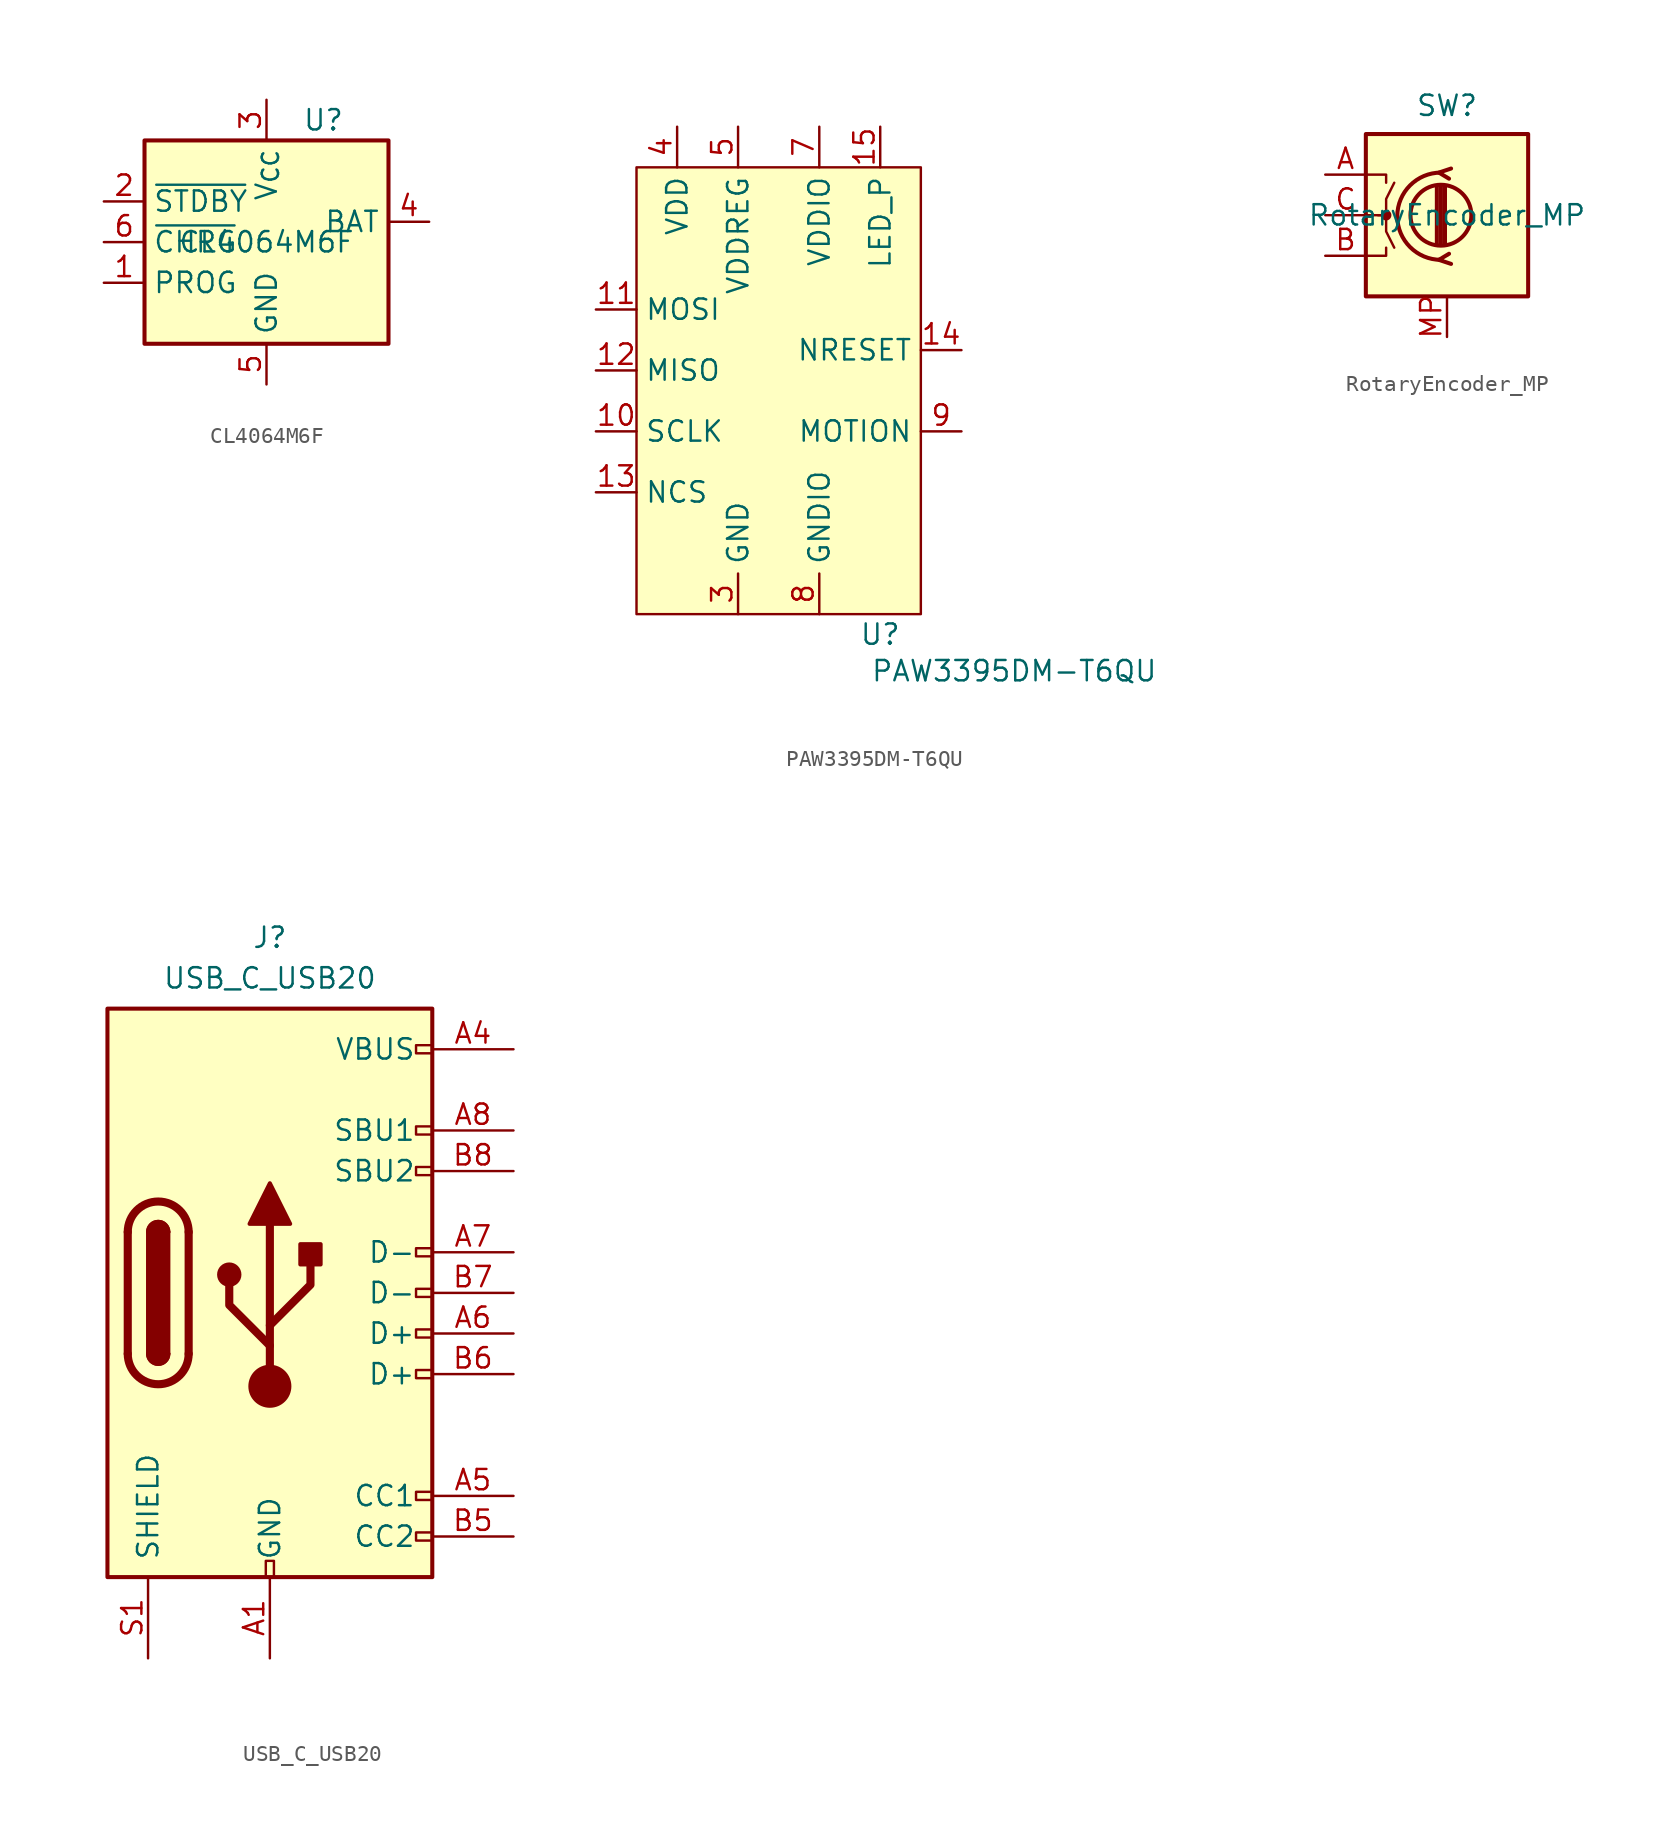
<source format=kicad_sym>
(kicad_symbol_lib
  (version 20241209)
  (generator "kicad_symbol_editor")
  (generator_version "9.0")
  (symbol "CL4064M6F"
    (property "Reference" "U"
      (at 3.556 7.62 0)
      (effects (font (size 1.27 1.27))))
    (property "Value" "CL4064M6F"
      (at 0 0 0)
      (effects (font (size 1.27 1.27))))
    (symbol "CL4064M6F_0_1"
      (rectangle (start -7.62 6.35) (end 7.62 -6.35) (stroke (width 0.254) (type default)) (fill (type background))))
    (symbol "CL4064M6F_1_1"
      (pin open_collector line (at -10.16 2.54 0) (length 2.54) (name "~{STDBY}" (effects (font (size 1.27 1.27)))) (number "2" (effects (font (size 1.27 1.27)))))
      (pin open_collector line (at -10.16 0 0) (length 2.54) (name "~{CHRG}" (effects (font (size 1.27 1.27)))) (number "6" (effects (font (size 1.27 1.27)))))
      (pin bidirectional line (at -10.16 -2.54 0) (length 2.54) (name "PROG" (effects (font (size 1.27 1.27)))) (number "1" (effects (font (size 1.27 1.27)))))
      (pin power_in line (at 0 8.89 270) (length 2.54) (name "V_{CC}" (effects (font (size 1.27 1.27)))) (number "3" (effects (font (size 1.27 1.27)))))
      (pin power_in line (at 0 -8.89 90) (length 2.54) (name "GND" (effects (font (size 1.27 1.27)))) (number "5" (effects (font (size 1.27 1.27)))))
      (pin power_in line (at 0 -8.89 90) (length 2.54) (hide yes) (name "GND" (effects (font (size 1.27 1.27)))) (number "7" (effects (font (size 1.27 1.27)))))
      (pin power_out line (at 10.16 1.27 180) (length 2.54) (name "BAT" (effects (font (size 1.27 1.27)))) (number "4" (effects (font (size 1.27 1.27)))))))
  (symbol "PAW3395DM-T6QU"
    (property "Reference" "U"
      (at 6.35 -15.24 0)
      (do_not_autoplace)
      (effects (font (size 1.27 1.27))))
    (property "Value" "PAW3395DM-T6QU"
      (at 14.732 -17.526 0)
      (do_not_autoplace)
      (effects (font (size 1.27 1.27))))
    (symbol "PAW3395DM-T6QU_0_1"
      (rectangle (start -8.89 13.97) (end 8.89 -13.97) (stroke (width 0) (type default)) (fill (type background))))
    (symbol "PAW3395DM-T6QU_1_1"
      (pin input line (at -11.43 5.08 0) (length 2.54) (name "MOSI" (effects (font (size 1.27 1.27)))) (number "11" (effects (font (size 1.27 1.27)))))
      (pin output line (at -11.43 1.27 0) (length 2.54) (name "MISO" (effects (font (size 1.27 1.27)))) (number "12" (effects (font (size 1.27 1.27)))))
      (pin input line (at -11.43 -2.54 0) (length 2.54) (name "SCLK" (effects (font (size 1.27 1.27)))) (number "10" (effects (font (size 1.27 1.27)))))
      (pin input line (at -11.43 -6.35 0) (length 2.54) (name "NCS" (effects (font (size 1.27 1.27)))) (number "13" (effects (font (size 1.27 1.27)))))
      (pin no_connect line (at -8.89 -8.89 0) (length 2.54) (hide yes) (name "NC" (effects (font (size 1.27 1.27)))) (number "1" (effects (font (size 1.27 1.27)))))
      (pin no_connect line (at -8.89 -10.16 0) (length 2.54) (hide yes) (name "NC" (effects (font (size 1.27 1.27)))) (number "2" (effects (font (size 1.27 1.27)))))
      (pin no_connect line (at -8.89 -11.43 0) (length 2.54) (hide yes) (name "NC" (effects (font (size 1.27 1.27)))) (number "6" (effects (font (size 1.27 1.27)))))
      (pin no_connect line (at -8.89 -12.7 0) (length 2.54) (hide yes) (name "NC" (effects (font (size 1.27 1.27)))) (number "16" (effects (font (size 1.27 1.27)))))
      (pin power_in line (at -6.35 16.51 270) (length 2.54) (name "VDD" (effects (font (size 1.27 1.27)))) (number "4" (effects (font (size 1.27 1.27)))))
      (pin power_out line (at -2.54 16.51 270) (length 2.54) (name "VDDREG" (effects (font (size 1.27 1.27)))) (number "5" (effects (font (size 1.27 1.27)))))
      (pin power_in line (at -2.54 -13.97 90) (length 2.54) (name "GND" (effects (font (size 1.27 1.27)))) (number "3" (effects (font (size 1.27 1.27)))))
      (pin power_in line (at 2.54 16.51 270) (length 2.54) (name "VDDIO" (effects (font (size 1.27 1.27)))) (number "7" (effects (font (size 1.27 1.27)))))
      (pin power_in line (at 2.54 -13.97 90) (length 2.54) (name "GNDIO" (effects (font (size 1.27 1.27)))) (number "8" (effects (font (size 1.27 1.27)))))
      (pin power_in line (at 6.35 16.51 270) (length 2.54) (name "LED_P" (effects (font (size 1.27 1.27)))) (number "15" (effects (font (size 1.27 1.27)))))
      (pin input line (at 11.43 2.54 180) (length 2.54) (name "NRESET" (effects (font (size 1.27 1.27)))) (number "14" (effects (font (size 1.27 1.27)))))
      (pin output line (at 11.43 -2.54 180) (length 2.54) (name "MOTION" (effects (font (size 1.27 1.27)))) (number "9" (effects (font (size 1.27 1.27)))))))
  (symbol "RotaryEncoder_MP"
    (property "Reference" "SW"
      (at 0 6.858 0)
      (effects (font (size 1.27 1.27))))
    (property "Value" "RotaryEncoder_MP"
      (at 0 0 0)
      (effects (font (size 1.27 1.27))))
    (symbol "RotaryEncoder_MP_0_1"
      (rectangle (start -5.08 5.08) (end 5.08 -5.08) (stroke (width 0.254) (type default)) (fill (type background)))
      (polyline (pts (xy -5.08 2.54) (xy -3.81 2.54) (xy -3.81 2.032)) (stroke (width 0) (type default)) (fill (type none)))
      (polyline (pts (xy -5.08 0) (xy -3.81 0) (xy -3.81 -1.016) (xy -3.302 -2.032)) (stroke (width 0) (type default)) (fill (type none)))
      (polyline (pts (xy -5.08 -2.54) (xy -3.81 -2.54) (xy -3.81 -2.032)) (stroke (width 0) (type default)) (fill (type none)))
      (polyline (pts (xy -4.318 0) (xy -3.81 0) (xy -3.81 1.016) (xy -3.302 2.032)) (stroke (width 0) (type default)) (fill (type none)))
      (circle (center -3.81 0) (radius 0.254) (stroke (width 0) (type default)) (fill (type outline)))
      (polyline (pts (xy -0.635 -1.778) (xy -0.635 1.778)) (stroke (width 0.254) (type default)) (fill (type none)))
      (circle (center -0.381 0) (radius 1.905) (stroke (width 0.254) (type default)) (fill (type none)))
      (polyline (pts (xy -0.381 -1.778) (xy -0.381 1.778)) (stroke (width 0.254) (type default)) (fill (type none)))
      (arc (start -0.381 -2.794) (mid -3.0988 -0.0635) (end -0.381 2.667) (stroke (width 0.254) (type default)) (fill (type none)))
      (polyline (pts (xy -0.127 1.778) (xy -0.127 -1.778)) (stroke (width 0.254) (type default)) (fill (type none)))
      (polyline (pts (xy 0.254 2.921) (xy -0.508 2.667) (xy 0.127 2.286)) (stroke (width 0.254) (type default)) (fill (type none)))
      (polyline (pts (xy 0.254 -3.048) (xy -0.508 -2.794) (xy 0.127 -2.413)) (stroke (width 0.254) (type default)) (fill (type none))))
    (symbol "RotaryEncoder_MP_1_1"
      (pin passive line (at -7.62 2.54 0) (length 2.54) (name "" (effects (font (size 1.27 1.27)))) (number "A" (effects (font (size 1.27 1.27)))))
      (pin passive line (at -7.62 0 0) (length 2.54) (name "" (effects (font (size 1.27 1.27)))) (number "C" (effects (font (size 1.27 1.27)))))
      (pin passive line (at -7.62 -2.54 0) (length 2.54) (name "" (effects (font (size 1.27 1.27)))) (number "B" (effects (font (size 1.27 1.27)))))
      (pin power_in line (at 0 -7.62 90) (length 2.54) (name "" (effects (font (size 1.27 1.27)))) (number "MP" (effects (font (size 1.27 1.27)))))
      (pin power_in line (at 0 -7.62 90) (length 2.54) (hide yes) (name "" (effects (font (size 1.27 1.27)))) (number "MP" (effects (font (size 1.27 1.27)))))))
  (symbol "USB_C_USB20"
    (pin_names
      (offset 1.016))
    (property "Reference" "J"
      (at 0 22.225 0)
      (effects (font (size 1.27 1.27))))
    (property "Value" "USB_C_USB20"
      (at 0 19.685 0)
      (effects (font (size 1.27 1.27))))
    (symbol "USB_C_USB20_0_0"
      (rectangle (start -0.254 -17.78) (end 0.254 -16.764) (stroke (width 0) (type default)) (fill (type none)))
      (rectangle (start 10.16 15.494) (end 9.144 14.986) (stroke (width 0) (type default)) (fill (type none)))
      (rectangle (start 10.16 10.414) (end 9.144 9.906) (stroke (width 0) (type default)) (fill (type none)))
      (rectangle (start 10.16 7.874) (end 9.144 7.366) (stroke (width 0) (type default)) (fill (type none)))
      (rectangle (start 10.16 2.794) (end 9.144 2.286) (stroke (width 0) (type default)) (fill (type none)))
      (rectangle (start 10.16 0.254) (end 9.144 -0.254) (stroke (width 0) (type default)) (fill (type none)))
      (rectangle (start 10.16 -2.286) (end 9.144 -2.794) (stroke (width 0) (type default)) (fill (type none)))
      (rectangle (start 10.16 -4.826) (end 9.144 -5.334) (stroke (width 0) (type default)) (fill (type none)))
      (rectangle (start 10.16 -12.446) (end 9.144 -12.954) (stroke (width 0) (type default)) (fill (type none)))
      (rectangle (start 10.16 -14.986) (end 9.144 -15.494) (stroke (width 0) (type default)) (fill (type none))))
    (symbol "USB_C_USB20_0_1"
      (rectangle (start -10.16 17.78) (end 10.16 -17.78) (stroke (width 0.254) (type default)) (fill (type background)))
      (polyline (pts (xy -8.89 -3.81) (xy -8.89 3.81)) (stroke (width 0.508) (type default)) (fill (type none)))
      (rectangle (start -7.62 -3.81) (end -6.35 3.81) (stroke (width 0.254) (type default)) (fill (type outline)))
      (arc (start -7.62 3.81) (mid -6.985 4.4423) (end -6.35 3.81) (stroke (width 0.254) (type default)) (fill (type none)))
      (arc (start -7.62 3.81) (mid -6.985 4.4423) (end -6.35 3.81) (stroke (width 0.254) (type default)) (fill (type outline)))
      (arc (start -8.89 3.81) (mid -6.985 5.7067) (end -5.08 3.81) (stroke (width 0.508) (type default)) (fill (type none)))
      (arc (start -5.08 -3.81) (mid -6.985 -5.7067) (end -8.89 -3.81) (stroke (width 0.508) (type default)) (fill (type none)))
      (arc (start -6.35 -3.81) (mid -6.985 -4.4423) (end -7.62 -3.81) (stroke (width 0.254) (type default)) (fill (type none)))
      (arc (start -6.35 -3.81) (mid -6.985 -4.4423) (end -7.62 -3.81) (stroke (width 0.254) (type default)) (fill (type outline)))
      (polyline (pts (xy -5.08 3.81) (xy -5.08 -3.81)) (stroke (width 0.508) (type default)) (fill (type none)))
      (circle (center -2.54 1.143) (radius 0.635) (stroke (width 0.254) (type default)) (fill (type outline)))
      (polyline (pts (xy -1.27 4.318) (xy 0 6.858) (xy 1.27 4.318) (xy -1.27 4.318)) (stroke (width 0.254) (type default)) (fill (type outline)))
      (polyline (pts (xy 0 -2.032) (xy 2.54 0.508) (xy 2.54 1.778)) (stroke (width 0.508) (type default)) (fill (type none)))
      (polyline (pts (xy 0 -3.302) (xy -2.54 -0.762) (xy -2.54 0.508)) (stroke (width 0.508) (type default)) (fill (type none)))
      (polyline (pts (xy 0 -5.842) (xy 0 4.318)) (stroke (width 0.508) (type default)) (fill (type none)))
      (circle (center 0 -5.842) (radius 1.27) (stroke (width 0) (type default)) (fill (type outline)))
      (rectangle (start 1.905 1.778) (end 3.175 3.048) (stroke (width 0.254) (type default)) (fill (type outline))))
    (symbol "USB_C_USB20_1_1"
      (pin passive line (at -7.62 -22.86 90) (length 5.08) (name "SHIELD" (effects (font (size 1.27 1.27)))) (number "S1" (effects (font (size 1.27 1.27)))))
      (pin passive line (at 0 -22.86 90) (length 5.08) (name "GND" (effects (font (size 1.27 1.27)))) (number "A1" (effects (font (size 1.27 1.27)))))
      (pin passive line (at 0 -22.86 90) (length 5.08) (hide yes) (name "GND" (effects (font (size 1.27 1.27)))) (number "A12" (effects (font (size 1.27 1.27)))))
      (pin passive line (at 0 -22.86 90) (length 5.08) (hide yes) (name "GND" (effects (font (size 1.27 1.27)))) (number "B1" (effects (font (size 1.27 1.27)))))
      (pin passive line (at 0 -22.86 90) (length 5.08) (hide yes) (name "GND" (effects (font (size 1.27 1.27)))) (number "B12" (effects (font (size 1.27 1.27)))))
      (pin passive line (at 0 -22.86 90) (length 5.08) (hide yes) (name "GND" (effects (font (size 1.27 1.27)))) (number "GND" (effects (font (size 1.27 1.27)))))
      (pin passive line (at 15.24 15.24 180) (length 5.08) (name "VBUS" (effects (font (size 1.27 1.27)))) (number "A4" (effects (font (size 1.27 1.27)))))
      (pin passive line (at 15.24 15.24 180) (length 5.08) (hide yes) (name "VBUS" (effects (font (size 1.27 1.27)))) (number "A9" (effects (font (size 1.27 1.27)))))
      (pin passive line (at 15.24 15.24 180) (length 5.08) (hide yes) (name "VBUS" (effects (font (size 1.27 1.27)))) (number "B4" (effects (font (size 1.27 1.27)))))
      (pin passive line (at 15.24 15.24 180) (length 5.08) (hide yes) (name "VBUS" (effects (font (size 1.27 1.27)))) (number "B9" (effects (font (size 1.27 1.27)))))
      (pin bidirectional line (at 15.24 10.16 180) (length 5.08) (name "SBU1" (effects (font (size 1.27 1.27)))) (number "A8" (effects (font (size 1.27 1.27)))))
      (pin bidirectional line (at 15.24 7.62 180) (length 5.08) (name "SBU2" (effects (font (size 1.27 1.27)))) (number "B8" (effects (font (size 1.27 1.27)))))
      (pin bidirectional line (at 15.24 2.54 180) (length 5.08) (name "D-" (effects (font (size 1.27 1.27)))) (number "A7" (effects (font (size 1.27 1.27)))))
      (pin bidirectional line (at 15.24 0 180) (length 5.08) (name "D-" (effects (font (size 1.27 1.27)))) (number "B7" (effects (font (size 1.27 1.27)))))
      (pin bidirectional line (at 15.24 -2.54 180) (length 5.08) (name "D+" (effects (font (size 1.27 1.27)))) (number "A6" (effects (font (size 1.27 1.27)))))
      (pin bidirectional line (at 15.24 -5.08 180) (length 5.08) (name "D+" (effects (font (size 1.27 1.27)))) (number "B6" (effects (font (size 1.27 1.27)))))
      (pin bidirectional line (at 15.24 -12.7 180) (length 5.08) (name "CC1" (effects (font (size 1.27 1.27)))) (number "A5" (effects (font (size 1.27 1.27)))))
      (pin bidirectional line (at 15.24 -15.24 180) (length 5.08) (name "CC2" (effects (font (size 1.27 1.27)))) (number "B5" (effects (font (size 1.27 1.27))))))))
</source>
